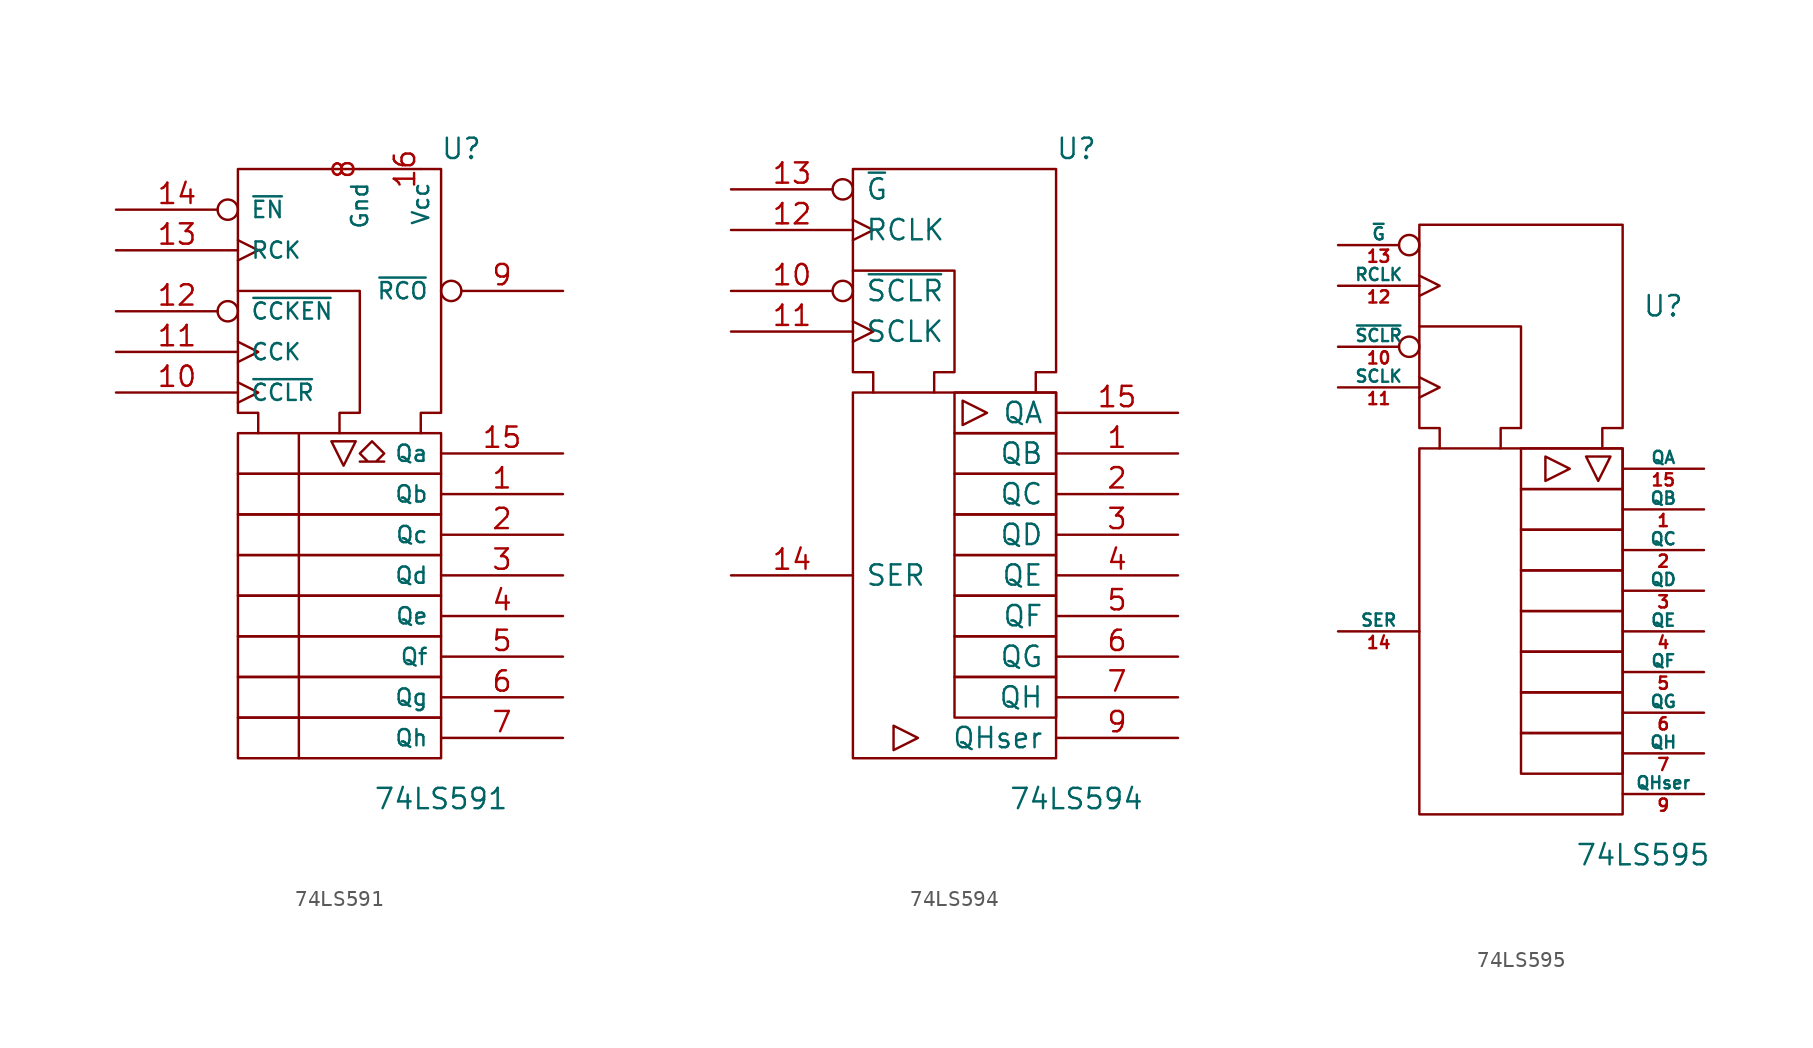
<source format=kicad_sym>
(kicad_symbol_lib
  (version 20201005)
  (generator kicad_symbol_editor)
  (symbol "74xx_IEEE:74LS591"
    (pin_names
      (offset 0.762))
    (property "Reference" "U"
      (at 7.62 20.32 0)
      (effects (font (size 1.27 1.27))))
    (property "Value" "74LS591"
      (at 6.35 -20.32 0)
      (effects (font (size 1.27 1.27))))
    (symbol "74LS591_0_0"
      (rectangle (start -6.35 -15.24) (end 6.35 -17.78) (stroke (width 0)) (fill (type none)))
      (rectangle (start -6.35 -12.7) (end 6.35 -15.24) (stroke (width 0)) (fill (type none)))
      (rectangle (start -6.35 -10.16) (end 6.35 -12.7) (stroke (width 0)) (fill (type none)))
      (rectangle (start -6.35 -7.62) (end 6.35 -10.16) (stroke (width 0)) (fill (type none)))
      (rectangle (start -6.35 -5.08) (end 6.35 -7.62) (stroke (width 0)) (fill (type none)))
      (rectangle (start -6.35 -2.54) (end 6.35 -5.08) (stroke (width 0)) (fill (type none)))
      (rectangle (start -6.35 0) (end 6.35 -2.54) (stroke (width 0)) (fill (type none)))
      (rectangle (start -6.35 2.54) (end 6.35 0) (stroke (width 0)) (fill (type none)))
      (polyline (pts (xy -2.54 2.54) (xy -2.54 -17.78) (xy -2.54 -17.78)) (stroke (width 0)) (fill (type none)))
      (polyline (pts (xy -0.508 2.032) (xy 1.016 2.032) (xy 0.254 0.508) (xy -0.508 2.032) (xy -0.508 2.032)) (stroke (width 0)) (fill (type none)))
      (polyline (pts (xy -6.35 11.43) (xy 1.27 11.43) (xy 1.27 3.81) (xy 0 3.81) (xy 0 2.54) (xy 0 2.54)) (stroke (width 0)) (fill (type none)))
      (polyline (pts (xy -5.08 2.54) (xy -5.08 3.81) (xy -6.35 3.81) (xy -6.35 19.05) (xy 6.35 19.05) (xy 6.35 3.81) (xy 5.08 3.81) (xy 5.08 2.54) (xy 5.08 2.54)) (stroke (width 0)) (fill (type none)))
      (polyline (pts (xy 2.032 2.032) (xy 2.794 1.27) (xy 2.286 0.762) (xy 2.794 0.762) (xy 1.27 0.762) (xy 1.778 0.762) (xy 1.27 1.27) (xy 2.032 2.032) (xy 2.032 2.032)) (stroke (width 0)) (fill (type none))))
    (symbol "74LS591_0_1"
      (pin power_in line (at 5.08 19.05 270) (length 0) (name "Vcc" (effects (font (size 1.016 1.016)))) (number "16" (effects (font (size 1.27 1.27)))))
      (pin power_in line (at 1.27 19.05 270) (length 0) (name "Gnd" (effects (font (size 1.016 1.016)))) (number "8" (effects (font (size 1.27 1.27))))))
    (symbol "74LS591_1_1"
      (pin output line (at 13.97 -1.27 180) (length 7.62) (name "Qb" (effects (font (size 1.016 1.016)))) (number "1" (effects (font (size 1.27 1.27)))))
      (pin input clock (at -13.97 5.08 0) (length 7.62) (name "~CCLR" (effects (font (size 1.016 1.016)))) (number "10" (effects (font (size 1.27 1.27)))))
      (pin input clock (at -13.97 7.62 0) (length 7.62) (name "CCK" (effects (font (size 1.016 1.016)))) (number "11" (effects (font (size 1.27 1.27)))))
      (pin input inverted (at -13.97 10.16 0) (length 7.62) (name "~CCKEN" (effects (font (size 1.016 1.016)))) (number "12" (effects (font (size 1.27 1.27)))))
      (pin input clock (at -13.97 13.97 0) (length 7.62) (name "RCK" (effects (font (size 1.016 1.016)))) (number "13" (effects (font (size 1.27 1.27)))))
      (pin input inverted (at -13.97 16.51 0) (length 7.62) (name "~EN" (effects (font (size 1.016 1.016)))) (number "14" (effects (font (size 1.27 1.27)))))
      (pin output line (at 13.97 1.27 180) (length 7.62) (name "Qa" (effects (font (size 1.016 1.016)))) (number "15" (effects (font (size 1.27 1.27)))))
      (pin output line (at 13.97 -3.81 180) (length 7.62) (name "Qc" (effects (font (size 1.016 1.016)))) (number "2" (effects (font (size 1.27 1.27)))))
      (pin output line (at 13.97 -6.35 180) (length 7.62) (name "Qd" (effects (font (size 1.016 1.016)))) (number "3" (effects (font (size 1.27 1.27)))))
      (pin output line (at 13.97 -8.89 180) (length 7.62) (name "Qe" (effects (font (size 1.016 1.016)))) (number "4" (effects (font (size 1.27 1.27)))))
      (pin output line (at 13.97 -11.43 180) (length 7.62) (name "Qf" (effects (font (size 1.016 1.016)))) (number "5" (effects (font (size 1.27 1.27)))))
      (pin output line (at 13.97 -13.97 180) (length 7.62) (name "Qg" (effects (font (size 1.016 1.016)))) (number "6" (effects (font (size 1.27 1.27)))))
      (pin output line (at 13.97 -16.51 180) (length 7.62) (name "Qh" (effects (font (size 1.016 1.016)))) (number "7" (effects (font (size 1.27 1.27)))))
      (pin output inverted (at 13.97 11.43 180) (length 7.62) (name "~RCO" (effects (font (size 1.016 1.016)))) (number "9" (effects (font (size 1.27 1.27)))))))
  (symbol "74xx_IEEE:74LS594"
    (pin_names
      (offset 0.762))
    (property "Reference" "U"
      (at 7.62 16.51 0)
      (effects (font (size 1.27 1.27))))
    (property "Value" "74LS594"
      (at 7.62 -24.13 0)
      (effects (font (size 1.27 1.27))))
    (symbol "74LS594_0_0"
      (rectangle (start -6.35 1.27) (end 6.35 -21.59) (stroke (width 0)) (fill (type none)))
      (rectangle (start 0 -16.51) (end 6.35 -19.05) (stroke (width 0)) (fill (type none)))
      (rectangle (start 0 -13.97) (end 6.35 -16.51) (stroke (width 0)) (fill (type none)))
      (rectangle (start 0 -11.43) (end 6.35 -13.97) (stroke (width 0)) (fill (type none)))
      (rectangle (start 0 -8.89) (end 6.35 -11.43) (stroke (width 0)) (fill (type none)))
      (rectangle (start 0 -6.35) (end 6.35 -8.89) (stroke (width 0)) (fill (type none)))
      (rectangle (start 0 -3.81) (end 6.35 -6.35) (stroke (width 0)) (fill (type none)))
      (rectangle (start 0 -1.27) (end 6.35 -3.81) (stroke (width 0)) (fill (type none)))
      (rectangle (start 0 1.27) (end 6.35 -1.27) (stroke (width 0)) (fill (type none)))
      (polyline (pts (xy -2.286 -20.32) (xy -3.81 -19.558) (xy -3.81 -21.082) (xy -2.286 -20.32) (xy -2.286 -20.32)) (stroke (width 0)) (fill (type none)))
      (polyline (pts (xy 0.508 0.762) (xy 0.508 -0.762) (xy 2.032 0) (xy 0.508 0.762) (xy 0.508 0.762)) (stroke (width 0)) (fill (type none)))
      (polyline (pts (xy -6.35 8.89) (xy 0 8.89) (xy 0 2.54) (xy -1.27 2.54) (xy -1.27 1.27) (xy -1.27 1.27)) (stroke (width 0)) (fill (type none)))
      (polyline (pts (xy -5.08 1.27) (xy -5.08 2.54) (xy -6.35 2.54) (xy -6.35 15.24) (xy 6.35 15.24) (xy 6.35 2.54) (xy 5.08 2.54) (xy 5.08 1.27) (xy 5.08 1.27)) (stroke (width 0)) (fill (type none))))
    (symbol "74LS594_0_1"
      (pin power_in line (at 0 15.24 270) (length 0) hide (name "GND" (effects (font (size 1.27 1.27)))) (number "8" (effects (font (size 1.27 1.27))))))
    (symbol "74LS594_1_1"
      (pin tri_state line (at 13.97 -2.54 180) (length 7.62) (name "QB" (effects (font (size 1.27 1.27)))) (number "1" (effects (font (size 1.27 1.27)))))
      (pin input inverted (at -13.97 7.62 0) (length 7.62) (name "~SCLR" (effects (font (size 1.27 1.27)))) (number "10" (effects (font (size 1.27 1.27)))))
      (pin input clock (at -13.97 5.08 0) (length 7.62) (name "SCLK" (effects (font (size 1.27 1.27)))) (number "11" (effects (font (size 1.27 1.27)))))
      (pin input clock (at -13.97 11.43 0) (length 7.62) (name "RCLK" (effects (font (size 1.27 1.27)))) (number "12" (effects (font (size 1.27 1.27)))))
      (pin input inverted (at -13.97 13.97 0) (length 7.62) (name "~G" (effects (font (size 1.27 1.27)))) (number "13" (effects (font (size 1.27 1.27)))))
      (pin input line (at -13.97 -10.16 0) (length 7.62) (name "SER" (effects (font (size 1.27 1.27)))) (number "14" (effects (font (size 1.27 1.27)))))
      (pin tri_state line (at 13.97 0 180) (length 7.62) (name "QA" (effects (font (size 1.27 1.27)))) (number "15" (effects (font (size 1.27 1.27)))))
      (pin power_in line (at 3.81 15.24 270) (length 0) hide (name "VCC" (effects (font (size 1.27 1.27)))) (number "16" (effects (font (size 1.27 1.27)))))
      (pin tri_state line (at 13.97 -5.08 180) (length 7.62) (name "QC" (effects (font (size 1.27 1.27)))) (number "2" (effects (font (size 1.27 1.27)))))
      (pin tri_state line (at 13.97 -7.62 180) (length 7.62) (name "QD" (effects (font (size 1.27 1.27)))) (number "3" (effects (font (size 1.27 1.27)))))
      (pin tri_state line (at 13.97 -10.16 180) (length 7.62) (name "QE" (effects (font (size 1.27 1.27)))) (number "4" (effects (font (size 1.27 1.27)))))
      (pin tri_state line (at 13.97 -12.7 180) (length 7.62) (name "QF" (effects (font (size 1.27 1.27)))) (number "5" (effects (font (size 1.27 1.27)))))
      (pin tri_state line (at 13.97 -15.24 180) (length 7.62) (name "QG" (effects (font (size 1.27 1.27)))) (number "6" (effects (font (size 1.27 1.27)))))
      (pin tri_state line (at 13.97 -17.78 180) (length 7.62) (name "QH" (effects (font (size 1.27 1.27)))) (number "7" (effects (font (size 1.27 1.27)))))
      (pin output line (at 13.97 -20.32 180) (length 7.62) (name "QHser" (effects (font (size 1.27 1.27)))) (number "9" (effects (font (size 1.27 1.27)))))))
  (symbol "74xx_IEEE:74LS595"
    (pin_names
      (offset 0))
    (property "Reference" "U"
      (at 8.89 10.16 0)
      (effects (font (size 1.27 1.27))))
    (property "Value" "74LS595"
      (at 7.62 -24.13 0)
      (effects (font (size 1.27 1.27))))
    (symbol "74LS595_0_0"
      (rectangle (start -6.35 1.27) (end 6.35 -21.59) (stroke (width 0)) (fill (type none)))
      (rectangle (start 0 -16.51) (end 6.35 -19.05) (stroke (width 0)) (fill (type none)))
      (rectangle (start 0 -13.97) (end 6.35 -16.51) (stroke (width 0)) (fill (type none)))
      (rectangle (start 0 -11.43) (end 6.35 -13.97) (stroke (width 0)) (fill (type none)))
      (rectangle (start 0 -8.89) (end 6.35 -11.43) (stroke (width 0)) (fill (type none)))
      (rectangle (start 0 -6.35) (end 6.35 -8.89) (stroke (width 0)) (fill (type none)))
      (rectangle (start 0 -3.81) (end 6.35 -6.35) (stroke (width 0)) (fill (type none)))
      (rectangle (start 0 -1.27) (end 6.35 -3.81) (stroke (width 0)) (fill (type none)))
      (rectangle (start 0 1.27) (end 6.35 -1.27) (stroke (width 0)) (fill (type none)))
      (polyline (pts (xy 1.524 0.762) (xy 1.524 -0.762) (xy 3.048 0) (xy 1.524 0.762) (xy 1.524 0.762)) (stroke (width 0)) (fill (type none)))
      (polyline (pts (xy 5.588 0.762) (xy 4.064 0.762) (xy 4.826 -0.762) (xy 5.588 0.762) (xy 5.588 0.762)) (stroke (width 0)) (fill (type none)))
      (polyline (pts (xy -6.35 8.89) (xy 0 8.89) (xy 0 2.54) (xy -1.27 2.54) (xy -1.27 1.27) (xy -1.27 1.27)) (stroke (width 0)) (fill (type none)))
      (polyline (pts (xy -5.08 1.27) (xy -5.08 2.54) (xy -6.35 2.54) (xy -6.35 15.24) (xy 6.35 15.24) (xy 6.35 2.54) (xy 5.08 2.54) (xy 5.08 1.27) (xy 5.08 1.27)) (stroke (width 0)) (fill (type none))))
    (symbol "74LS595_0_1"
      (pin power_in line (at 3.81 20.32 270) (length 5.08) hide (name "GND" (effects (font (size 0.762 0.762)))) (number "8" (effects (font (size 0.762 0.762))))))
    (symbol "74LS595_1_1"
      (pin tri_state line (at 11.43 -2.54 180) (length 5.08) (name "QB" (effects (font (size 0.762 0.762)))) (number "1" (effects (font (size 0.762 0.762)))))
      (pin input inverted (at -11.43 7.62 0) (length 5.08) (name "~SCLR" (effects (font (size 0.762 0.762)))) (number "10" (effects (font (size 0.762 0.762)))))
      (pin input clock (at -11.43 5.08 0) (length 5.08) (name "SCLK" (effects (font (size 0.762 0.762)))) (number "11" (effects (font (size 0.762 0.762)))))
      (pin input clock (at -11.43 11.43 0) (length 5.08) (name "RCLK" (effects (font (size 0.762 0.762)))) (number "12" (effects (font (size 0.762 0.762)))))
      (pin input inverted (at -11.43 13.97 0) (length 5.08) (name "~G" (effects (font (size 0.762 0.762)))) (number "13" (effects (font (size 0.762 0.762)))))
      (pin input line (at -11.43 -10.16 0) (length 5.08) (name "SER" (effects (font (size 0.762 0.762)))) (number "14" (effects (font (size 0.762 0.762)))))
      (pin tri_state line (at 11.43 0 180) (length 5.08) (name "QA" (effects (font (size 0.762 0.762)))) (number "15" (effects (font (size 0.762 0.762)))))
      (pin power_in line (at -3.81 20.32 270) (length 5.08) hide (name "VCC" (effects (font (size 0.762 0.762)))) (number "16" (effects (font (size 0.762 0.762)))))
      (pin tri_state line (at 11.43 -5.08 180) (length 5.08) (name "QC" (effects (font (size 0.762 0.762)))) (number "2" (effects (font (size 0.762 0.762)))))
      (pin tri_state line (at 11.43 -7.62 180) (length 5.08) (name "QD" (effects (font (size 0.762 0.762)))) (number "3" (effects (font (size 0.762 0.762)))))
      (pin tri_state line (at 11.43 -10.16 180) (length 5.08) (name "QE" (effects (font (size 0.762 0.762)))) (number "4" (effects (font (size 0.762 0.762)))))
      (pin tri_state line (at 11.43 -12.7 180) (length 5.08) (name "QF" (effects (font (size 0.762 0.762)))) (number "5" (effects (font (size 0.762 0.762)))))
      (pin tri_state line (at 11.43 -15.24 180) (length 5.08) (name "QG" (effects (font (size 0.762 0.762)))) (number "6" (effects (font (size 0.762 0.762)))))
      (pin tri_state line (at 11.43 -17.78 180) (length 5.08) (name "QH" (effects (font (size 0.762 0.762)))) (number "7" (effects (font (size 0.762 0.762)))))
      (pin output line (at 11.43 -20.32 180) (length 5.08) (name "QHser" (effects (font (size 0.762 0.762)))) (number "9" (effects (font (size 0.762 0.762))))))))
</source>
